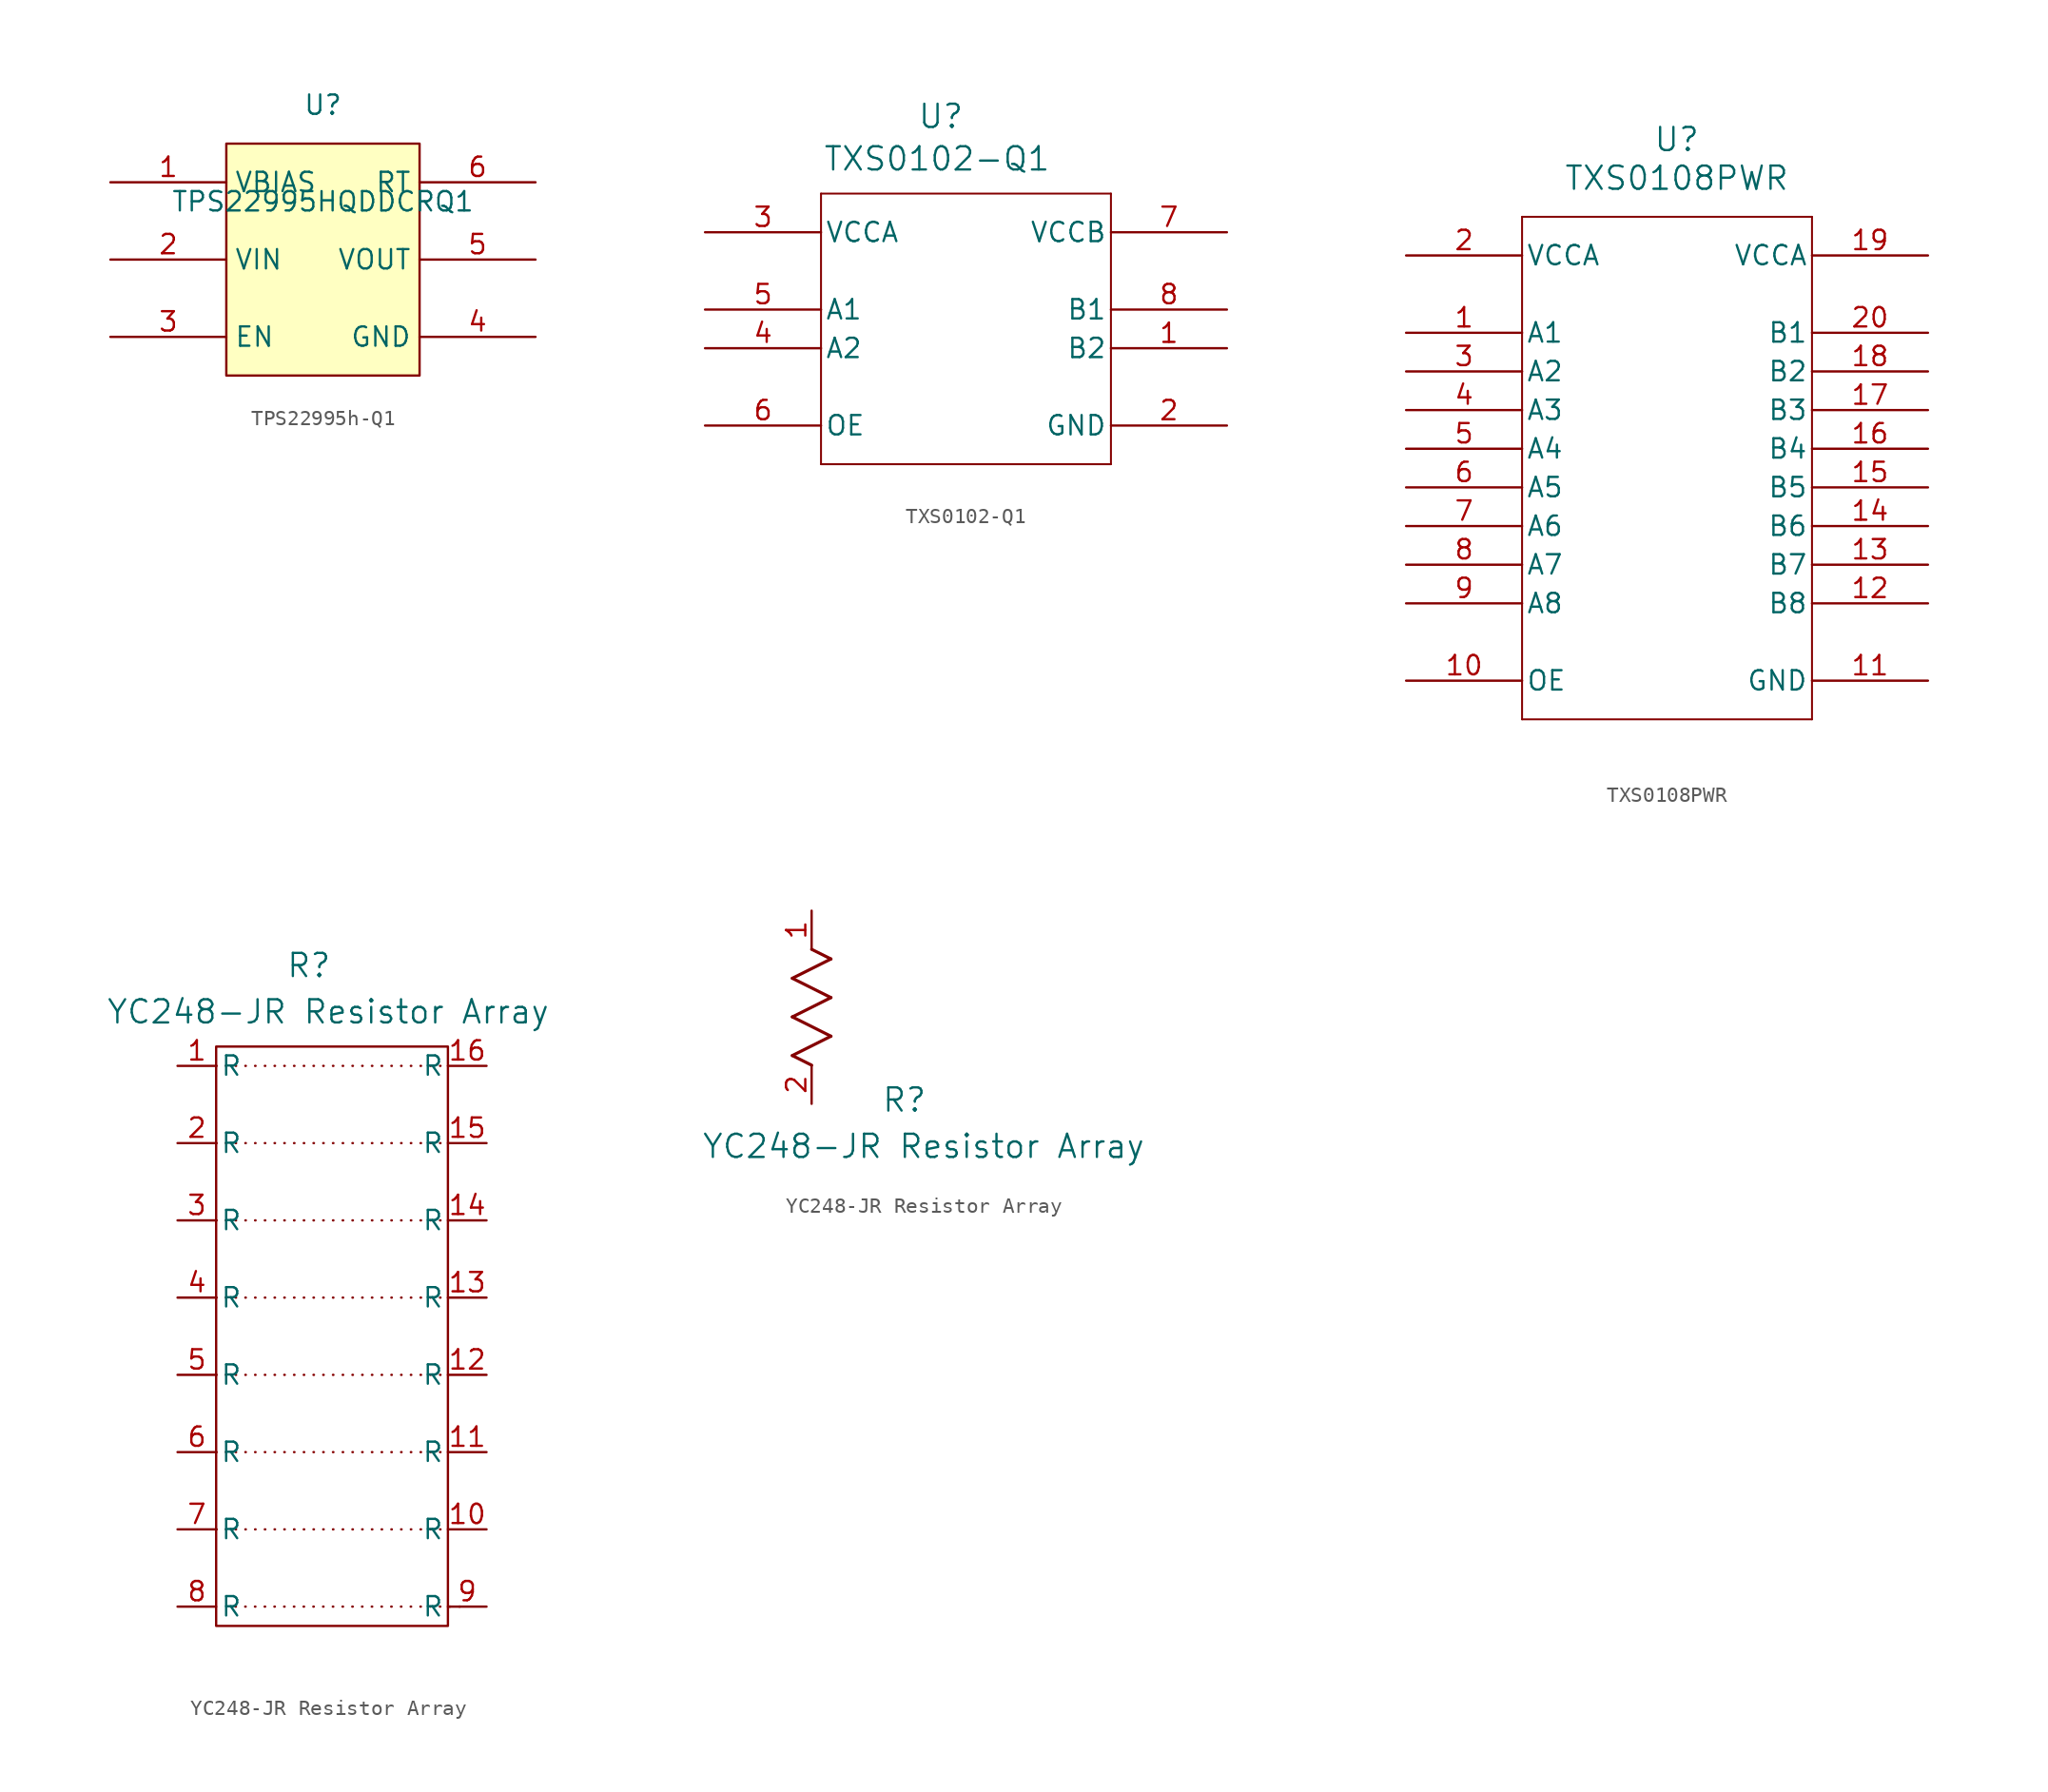
<source format=kicad_sym>
(kicad_symbol_lib
  (version 20241209)
  (generator "kicad_symbol_editor")
  (generator_version "9.0")
  (symbol "TPS22995h-Q1"
    (property "Reference" "U"
      (at 0 6.35 0)
      (effects (font (size 1.27 1.27))))
    (property "Value" "TPS22995HQDDCRQ1"
      (at 0 0 0)
      (effects (font (size 1.27 1.27))))
    (symbol "TPS22995h-Q1_1_1"
      (rectangle (start -6.35 3.81) (end 6.35 -11.43) (stroke (width 0) (type default)) (fill (type background)))
      (pin power_in line (at -13.97 1.27 0) (length 7.62) (name "VBIAS" (effects (font (size 1.27 1.27)))) (number "1" (effects (font (size 1.27 1.27)))))
      (pin power_in line (at -13.97 -3.81 0) (length 7.62) (name "VIN" (effects (font (size 1.27 1.27)))) (number "2" (effects (font (size 1.27 1.27)))))
      (pin input line (at -13.97 -8.89 0) (length 7.62) (name "EN" (effects (font (size 1.27 1.27)))) (number "3" (effects (font (size 1.27 1.27)))))
      (pin passive line (at 13.97 1.27 180) (length 7.62) (name "RT" (effects (font (size 1.27 1.27)))) (number "6" (effects (font (size 1.27 1.27)))))
      (pin power_out line (at 13.97 -3.81 180) (length 7.62) (name "VOUT" (effects (font (size 1.27 1.27)))) (number "5" (effects (font (size 1.27 1.27)))))
      (pin power_in line (at 13.97 -8.89 180) (length 7.62) (name "GND" (effects (font (size 1.27 1.27)))) (number "4" (effects (font (size 1.27 1.27)))))))
  (symbol "TXS0102-Q1"
    (pin_names
      (offset 0.254))
    (property "Reference" "U"
      (at 7.874 22.86 0)
      (effects (font (size 1.524 1.524))))
    (property "Value" "TXS0102-Q1"
      (at 7.62 20.066 0)
      (effects (font (size 1.524 1.524))))
    (property "ki_locked" ""
      (at 0 0 0)
      (effects (font (size 1.27 1.27))))
    (symbol "TXS0102-Q1_0_1"
      (polyline (pts (xy 0 17.78) (xy 0 0)) (stroke (width 0.127) (type default)) (fill (type none)))
      (polyline (pts (xy 0 0) (xy 19.05 0)) (stroke (width 0.127) (type default)) (fill (type none)))
      (polyline (pts (xy 19.05 17.78) (xy 0 17.78)) (stroke (width 0.127) (type default)) (fill (type none)))
      (polyline (pts (xy 19.05 0) (xy 19.05 17.78)) (stroke (width 0.127) (type default)) (fill (type none)))
      (pin power_in line (at -7.62 15.24 0) (length 7.62) (name "VCCA" (effects (font (size 1.27 1.27)))) (number "3" (effects (font (size 1.27 1.27)))))
      (pin bidirectional line (at -7.62 10.16 0) (length 7.62) (name "A1" (effects (font (size 1.27 1.27)))) (number "5" (effects (font (size 1.27 1.27)))))
      (pin bidirectional line (at -7.62 7.62 0) (length 7.62) (name "A2" (effects (font (size 1.27 1.27)))) (number "4" (effects (font (size 1.27 1.27)))))
      (pin power_in line (at 26.67 15.24 180) (length 7.62) (name "VCCB" (effects (font (size 1.27 1.27)))) (number "7" (effects (font (size 1.27 1.27)))))
      (pin bidirectional line (at 26.67 10.16 180) (length 7.62) (name "B1" (effects (font (size 1.27 1.27)))) (number "8" (effects (font (size 1.27 1.27)))))
      (pin bidirectional line (at 26.67 7.62 180) (length 7.62) (name "B2" (effects (font (size 1.27 1.27)))) (number "1" (effects (font (size 1.27 1.27)))))
      (pin power_in line (at 26.67 2.54 180) (length 7.62) (name "GND" (effects (font (size 1.27 1.27)))) (number "2" (effects (font (size 1.27 1.27))))))
    (symbol "TXS0102-Q1_1_1"
      (pin input line (at -7.62 2.54 0) (length 7.62) (name "OE" (effects (font (size 1.27 1.27)))) (number "6" (effects (font (size 1.27 1.27)))))))
  (symbol "TXS0108PWR"
    (pin_names
      (offset 0.254))
    (property "Reference" "U"
      (at 17.78 10.16 0)
      (effects (font (size 1.524 1.524))))
    (property "Value" "TXS0108PWR"
      (at 17.78 7.62 0)
      (effects (font (size 1.524 1.524))))
    (property "ki_locked" ""
      (at 0 0 0)
      (effects (font (size 1.27 1.27))))
    (symbol "TXS0108PWR_0_1"
      (polyline (pts (xy 7.62 5.08) (xy 7.62 -27.94)) (stroke (width 0.127) (type default)) (fill (type none)))
      (polyline (pts (xy 7.62 -27.94) (xy 26.67 -27.94)) (stroke (width 0.127) (type default)) (fill (type none)))
      (polyline (pts (xy 26.67 5.08) (xy 7.62 5.08)) (stroke (width 0.127) (type default)) (fill (type none)))
      (polyline (pts (xy 26.67 -27.94) (xy 26.67 5.08)) (stroke (width 0.127) (type default)) (fill (type none)))
      (pin power_in line (at 0 2.54 0) (length 7.62) (name "VCCA" (effects (font (size 1.27 1.27)))) (number "2" (effects (font (size 1.27 1.27)))))
      (pin bidirectional line (at 0 -2.54 0) (length 7.62) (name "A1" (effects (font (size 1.27 1.27)))) (number "1" (effects (font (size 1.27 1.27)))))
      (pin bidirectional line (at 0 -5.08 0) (length 7.62) (name "A2" (effects (font (size 1.27 1.27)))) (number "3" (effects (font (size 1.27 1.27)))))
      (pin bidirectional line (at 0 -7.62 0) (length 7.62) (name "A3" (effects (font (size 1.27 1.27)))) (number "4" (effects (font (size 1.27 1.27)))))
      (pin bidirectional line (at 0 -10.16 0) (length 7.62) (name "A4" (effects (font (size 1.27 1.27)))) (number "5" (effects (font (size 1.27 1.27)))))
      (pin bidirectional line (at 0 -12.7 0) (length 7.62) (name "A5" (effects (font (size 1.27 1.27)))) (number "6" (effects (font (size 1.27 1.27)))))
      (pin bidirectional line (at 0 -15.24 0) (length 7.62) (name "A6" (effects (font (size 1.27 1.27)))) (number "7" (effects (font (size 1.27 1.27)))))
      (pin bidirectional line (at 0 -17.78 0) (length 7.62) (name "A7" (effects (font (size 1.27 1.27)))) (number "8" (effects (font (size 1.27 1.27)))))
      (pin bidirectional line (at 0 -20.32 0) (length 7.62) (name "A8" (effects (font (size 1.27 1.27)))) (number "9" (effects (font (size 1.27 1.27)))))
      (pin output line (at 0 -25.4 0) (length 7.62) (name "OE" (effects (font (size 1.27 1.27)))) (number "10" (effects (font (size 1.27 1.27)))))
      (pin power_in line (at 34.29 2.54 180) (length 7.62) (name "VCCA" (effects (font (size 1.27 1.27)))) (number "19" (effects (font (size 1.27 1.27)))))
      (pin bidirectional line (at 34.29 -2.54 180) (length 7.62) (name "B1" (effects (font (size 1.27 1.27)))) (number "20" (effects (font (size 1.27 1.27)))))
      (pin bidirectional line (at 34.29 -5.08 180) (length 7.62) (name "B2" (effects (font (size 1.27 1.27)))) (number "18" (effects (font (size 1.27 1.27)))))
      (pin bidirectional line (at 34.29 -7.62 180) (length 7.62) (name "B3" (effects (font (size 1.27 1.27)))) (number "17" (effects (font (size 1.27 1.27)))))
      (pin bidirectional line (at 34.29 -10.16 180) (length 7.62) (name "B4" (effects (font (size 1.27 1.27)))) (number "16" (effects (font (size 1.27 1.27)))))
      (pin bidirectional line (at 34.29 -12.7 180) (length 7.62) (name "B5" (effects (font (size 1.27 1.27)))) (number "15" (effects (font (size 1.27 1.27)))))
      (pin bidirectional line (at 34.29 -15.24 180) (length 7.62) (name "B6" (effects (font (size 1.27 1.27)))) (number "14" (effects (font (size 1.27 1.27)))))
      (pin bidirectional line (at 34.29 -17.78 180) (length 7.62) (name "B7" (effects (font (size 1.27 1.27)))) (number "13" (effects (font (size 1.27 1.27)))))
      (pin bidirectional line (at 34.29 -20.32 180) (length 7.62) (name "B8" (effects (font (size 1.27 1.27)))) (number "12" (effects (font (size 1.27 1.27)))))
      (pin power_in line (at 34.29 -25.4 180) (length 7.62) (name "GND" (effects (font (size 1.27 1.27)))) (number "11" (effects (font (size 1.27 1.27)))))))
  (symbol "YC248-JR Resistor Array"
    (pin_names
      (offset 0.254))
    (property "Reference" "R"
      (at 6.096 0.254 0)
      (effects (font (size 1.524 1.524))))
    (property "Value" "YC248-JR Resistor Array"
      (at 7.366 -2.794 0)
      (effects (font (size 1.524 1.524))))
    (property "ki_locked" ""
      (at 0 0 0)
      (effects (font (size 1.27 1.27))))
    (symbol "YC248-JR Resistor Array_1_1"
      (rectangle (start 0 -5.08) (end 15.24 -43.18) (stroke (width 0) (type default)) (fill (type none)))
      (polyline (pts (xy 0 -6.35) (xy 15.24 -6.35)) (stroke (width 0) (type dot)) (fill (type none)))
      (polyline (pts (xy 0 -11.43) (xy 15.24 -11.43)) (stroke (width 0) (type dot)) (fill (type none)))
      (polyline (pts (xy 0 -16.51) (xy 15.24 -16.51)) (stroke (width 0) (type dot)) (fill (type none)))
      (polyline (pts (xy 0 -21.59) (xy 15.24 -21.59)) (stroke (width 0) (type dot)) (fill (type none)))
      (polyline (pts (xy 0 -26.67) (xy 15.24 -26.67)) (stroke (width 0) (type dot)) (fill (type none)))
      (polyline (pts (xy 0 -31.75) (xy 15.24 -31.75)) (stroke (width 0) (type dot)) (fill (type none)))
      (polyline (pts (xy 0 -36.83) (xy 15.24 -36.83)) (stroke (width 0) (type dot)) (fill (type none)))
      (polyline (pts (xy 1.27 -41.91) (xy 16.51 -41.91)) (stroke (width 0) (type dot)) (fill (type none)))
      (pin passive line (at -2.54 -6.35 0) (length 2.54) (name "R" (effects (font (size 1.27 1.27)))) (number "1" (effects (font (size 1.27 1.27)))))
      (pin passive line (at -2.54 -11.43 0) (length 2.54) (name "R" (effects (font (size 1.27 1.27)))) (number "2" (effects (font (size 1.27 1.27)))))
      (pin passive line (at -2.54 -16.51 0) (length 2.54) (name "R" (effects (font (size 1.27 1.27)))) (number "3" (effects (font (size 1.27 1.27)))))
      (pin passive line (at -2.54 -21.59 0) (length 2.54) (name "R" (effects (font (size 1.27 1.27)))) (number "4" (effects (font (size 1.27 1.27)))))
      (pin passive line (at -2.54 -26.67 0) (length 2.54) (name "R" (effects (font (size 1.27 1.27)))) (number "5" (effects (font (size 1.27 1.27)))))
      (pin passive line (at -2.54 -31.75 0) (length 2.54) (name "R" (effects (font (size 1.27 1.27)))) (number "6" (effects (font (size 1.27 1.27)))))
      (pin passive line (at -2.54 -36.83 0) (length 2.54) (name "R" (effects (font (size 1.27 1.27)))) (number "7" (effects (font (size 1.27 1.27)))))
      (pin passive line (at -2.54 -41.91 0) (length 2.54) (name "R" (effects (font (size 1.27 1.27)))) (number "8" (effects (font (size 1.27 1.27)))))
      (pin passive line (at 17.78 -6.35 180) (length 2.54) (name "R" (effects (font (size 1.27 1.27)))) (number "16" (effects (font (size 1.27 1.27)))))
      (pin passive line (at 17.78 -11.43 180) (length 2.54) (name "R" (effects (font (size 1.27 1.27)))) (number "15" (effects (font (size 1.27 1.27)))))
      (pin passive line (at 17.78 -16.51 180) (length 2.54) (name "R" (effects (font (size 1.27 1.27)))) (number "14" (effects (font (size 1.27 1.27)))))
      (pin passive line (at 17.78 -21.59 180) (length 2.54) (name "R" (effects (font (size 1.27 1.27)))) (number "13" (effects (font (size 1.27 1.27)))))
      (pin passive line (at 17.78 -26.67 180) (length 2.54) (name "R" (effects (font (size 1.27 1.27)))) (number "12" (effects (font (size 1.27 1.27)))))
      (pin passive line (at 17.78 -31.75 180) (length 2.54) (name "R" (effects (font (size 1.27 1.27)))) (number "11" (effects (font (size 1.27 1.27)))))
      (pin passive line (at 17.78 -36.83 180) (length 2.54) (name "R" (effects (font (size 1.27 1.27)))) (number "10" (effects (font (size 1.27 1.27)))))
      (pin passive line (at 17.78 -41.91 180) (length 2.54) (name "R" (effects (font (size 1.27 1.27)))) (number "9" (effects (font (size 1.27 1.27))))))
    (symbol "YC248-JR Resistor Array_1_2"
      (polyline (pts (xy -1.27 8.255) (xy 1.27 9.525)) (stroke (width 0.203) (type default)) (fill (type none)))
      (polyline (pts (xy -1.27 5.715) (xy 1.27 6.985)) (stroke (width 0.203) (type default)) (fill (type none)))
      (polyline (pts (xy -1.27 3.175) (xy 1.27 4.445)) (stroke (width 0.203) (type default)) (fill (type none)))
      (polyline (pts (xy 0 2.54) (xy -1.27 3.175)) (stroke (width 0.203) (type default)) (fill (type none)))
      (polyline (pts (xy 1.27 9.525) (xy 0 10.16)) (stroke (width 0.203) (type default)) (fill (type none)))
      (polyline (pts (xy 1.27 6.985) (xy -1.27 8.255)) (stroke (width 0.203) (type default)) (fill (type none)))
      (polyline (pts (xy 1.27 4.445) (xy -1.27 5.715)) (stroke (width 0.203) (type default)) (fill (type none)))
      (pin unspecified line (at 0 12.7 270) (length 2.54) (name "" (effects (font (size 1.27 1.27)))) (number "1" (effects (font (size 1.27 1.27)))))
      (pin unspecified line (at 0 0 90) (length 2.54) (name "" (effects (font (size 1.27 1.27)))) (number "2" (effects (font (size 1.27 1.27))))))))
</source>
